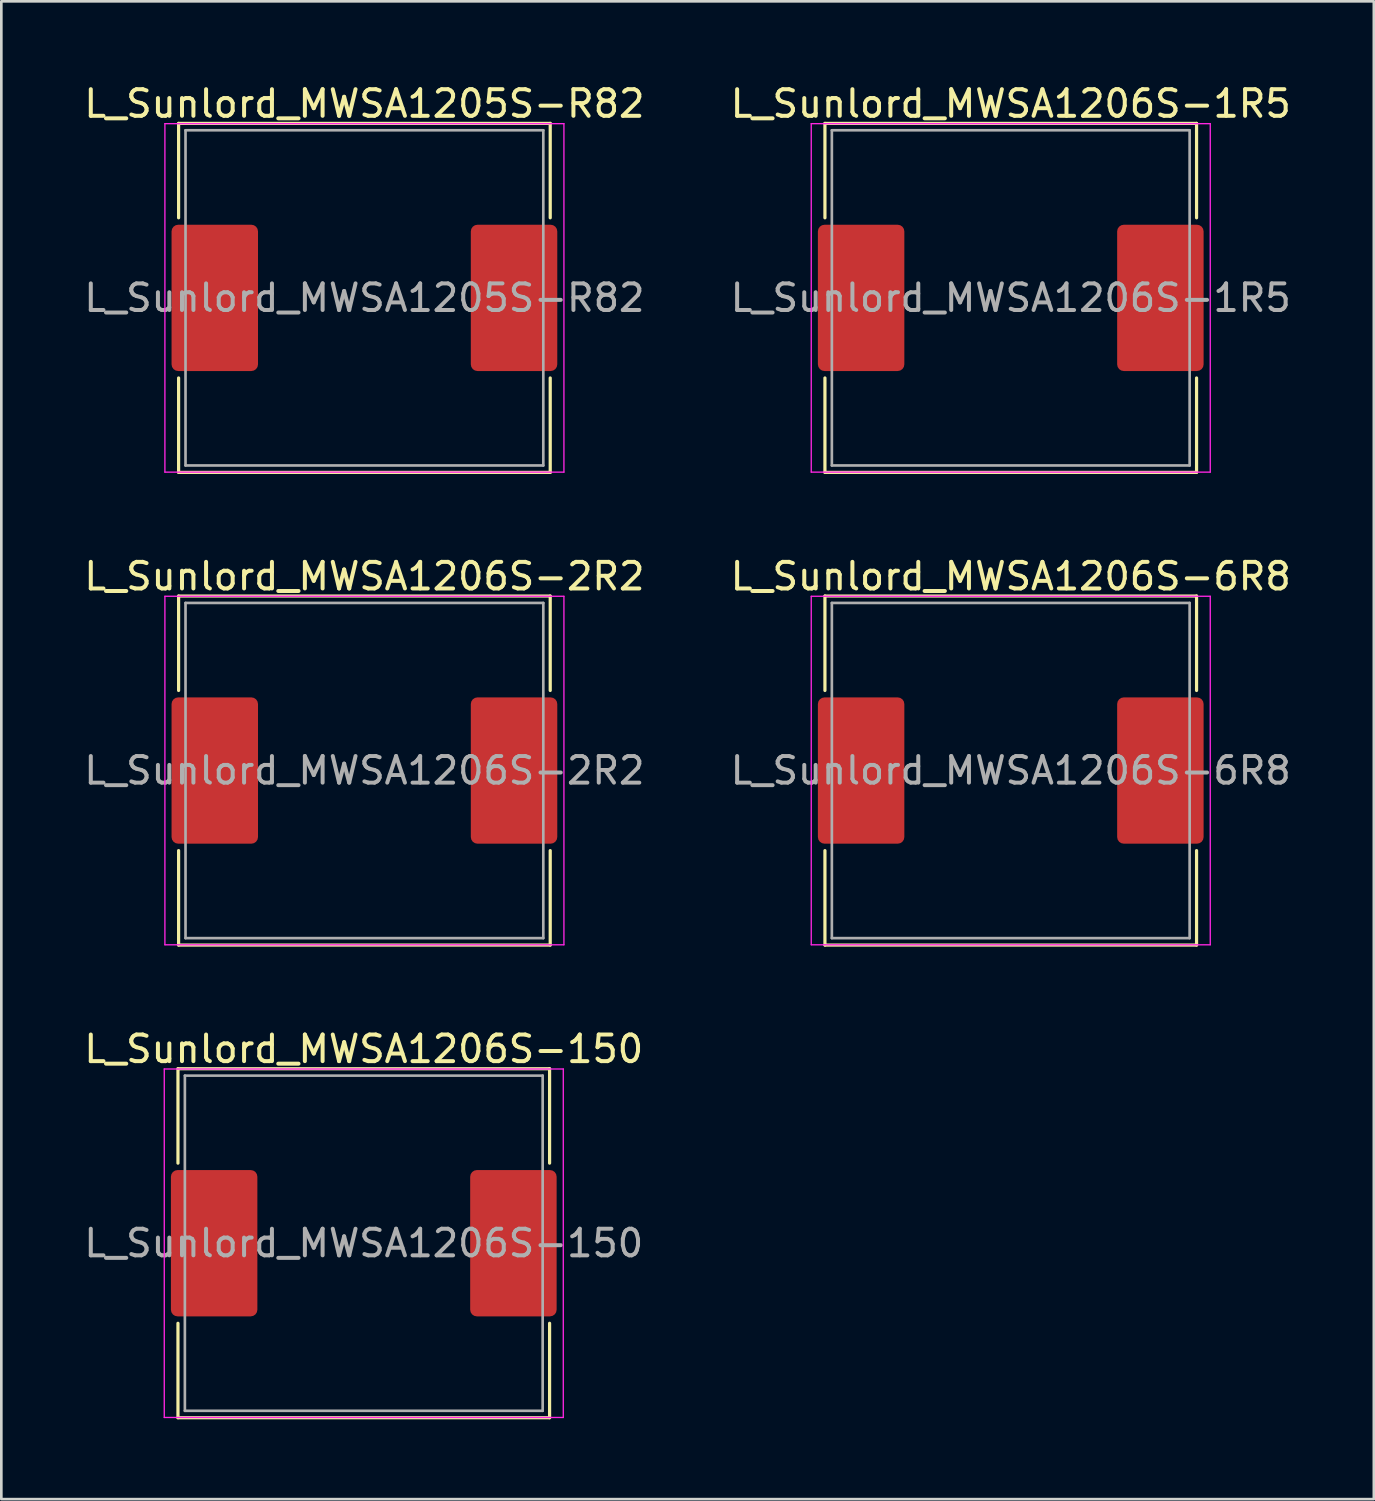
<source format=kicad_pcb>
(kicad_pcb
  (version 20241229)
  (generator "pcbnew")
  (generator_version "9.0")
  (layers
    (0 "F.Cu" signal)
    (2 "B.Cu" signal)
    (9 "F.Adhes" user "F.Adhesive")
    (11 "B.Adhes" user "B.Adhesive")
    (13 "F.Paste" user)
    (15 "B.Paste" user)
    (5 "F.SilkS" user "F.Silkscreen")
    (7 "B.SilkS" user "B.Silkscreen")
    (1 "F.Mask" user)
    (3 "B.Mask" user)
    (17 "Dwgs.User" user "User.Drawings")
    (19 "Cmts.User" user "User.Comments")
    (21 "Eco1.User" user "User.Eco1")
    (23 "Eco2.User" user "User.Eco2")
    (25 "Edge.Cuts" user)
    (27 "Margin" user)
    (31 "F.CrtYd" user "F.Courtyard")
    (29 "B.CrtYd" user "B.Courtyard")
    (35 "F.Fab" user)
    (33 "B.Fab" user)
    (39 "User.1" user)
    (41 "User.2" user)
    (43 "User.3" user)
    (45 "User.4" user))
  (footprint "L_Sunlord_MWSA1205S-R82"
    (layer "F.Cu")
    (at 10.649 8.148)
    (property "Reference" "L_Sunlord_MWSA1205S-R82" (at 0 -7.3 0) (layer "F.SilkS") (effects (font (size 1 1) (thickness 0.15))))
    (attr smd)
    (fp_line (start -6.985 -6.56) (end -6.985 -3.01) (stroke (width 0.12) (type solid)) (layer "F.SilkS"))
    (fp_line (start -6.985 -6.56) (end 6.985 -6.56) (stroke (width 0.12) (type solid)) (layer "F.SilkS"))
    (fp_line (start -6.985 6.56) (end -6.985 3.01) (stroke (width 0.12) (type solid)) (layer "F.SilkS"))
    (fp_line (start -6.985 6.56) (end 6.985 6.56) (stroke (width 0.12) (type solid)) (layer "F.SilkS"))
    (fp_line (start 6.985 -6.56) (end 6.985 -3.01) (stroke (width 0.12) (type solid)) (layer "F.SilkS"))
    (fp_line (start 6.985 6.56) (end 6.985 3.01) (stroke (width 0.12) (type solid)) (layer "F.SilkS"))
    (fp_line (start -7.5 -6.55) (end -7.5 6.55) (stroke (width 0.05) (type solid)) (layer "F.CrtYd"))
    (fp_line (start -7.5 6.55) (end 7.5 6.55) (stroke (width 0.05) (type solid)) (layer "F.CrtYd"))
    (fp_line (start 7.5 -6.55) (end -7.5 -6.55) (stroke (width 0.05) (type solid)) (layer "F.CrtYd"))
    (fp_line (start 7.5 6.55) (end 7.5 -6.55) (stroke (width 0.05) (type solid)) (layer "F.CrtYd"))
    (fp_line (start -6.725 -6.3) (end -6.725 6.3) (stroke (width 0.1) (type solid)) (layer "F.Fab"))
    (fp_line (start -6.725 6.3) (end 6.725 6.3) (stroke (width 0.1) (type solid)) (layer "F.Fab"))
    (fp_line (start 6.725 -6.3) (end -6.725 -6.3) (stroke (width 0.1) (type solid)) (layer "F.Fab"))
    (fp_line (start 6.725 6.3) (end 6.725 -6.3) (stroke (width 0.1) (type solid)) (layer "F.Fab"))
    (fp_text user "${REFERENCE}" (at 0 0 0) (layer "F.Fab") (effects (font (size 1 1) (thickness 0.15))))
    (pad "1" smd roundrect (at -5.625 0) (size 3.25 5.5) (layers "F.Cu" "F.Mask" "F.Paste") (roundrect_rratio 0.077))
    (pad "2" smd roundrect (at 5.625 0) (size 3.25 5.5) (layers "F.Cu" "F.Mask" "F.Paste") (roundrect_rratio 0.077)))
  (footprint "L_Sunlord_MWSA1206S-6R8"
    (layer "F.Cu")
    (at 34.946 25.916)
    (property "Reference" "L_Sunlord_MWSA1206S-6R8" (at 0 -7.3 0) (layer "F.SilkS") (effects (font (size 1 1) (thickness 0.15))))
    (attr smd)
    (fp_line (start -6.985 -6.56) (end -6.985 -3.01) (stroke (width 0.12) (type solid)) (layer "F.SilkS"))
    (fp_line (start -6.985 -6.56) (end 6.985 -6.56) (stroke (width 0.12) (type solid)) (layer "F.SilkS"))
    (fp_line (start -6.985 6.56) (end -6.985 3.01) (stroke (width 0.12) (type solid)) (layer "F.SilkS"))
    (fp_line (start -6.985 6.56) (end 6.985 6.56) (stroke (width 0.12) (type solid)) (layer "F.SilkS"))
    (fp_line (start 6.985 -6.56) (end 6.985 -3.01) (stroke (width 0.12) (type solid)) (layer "F.SilkS"))
    (fp_line (start 6.985 6.56) (end 6.985 3.01) (stroke (width 0.12) (type solid)) (layer "F.SilkS"))
    (fp_line (start -7.5 -6.55) (end -7.5 6.55) (stroke (width 0.05) (type solid)) (layer "F.CrtYd"))
    (fp_line (start -7.5 6.55) (end 7.5 6.55) (stroke (width 0.05) (type solid)) (layer "F.CrtYd"))
    (fp_line (start 7.5 -6.55) (end -7.5 -6.55) (stroke (width 0.05) (type solid)) (layer "F.CrtYd"))
    (fp_line (start 7.5 6.55) (end 7.5 -6.55) (stroke (width 0.05) (type solid)) (layer "F.CrtYd"))
    (fp_line (start -6.725 -6.3) (end -6.725 6.3) (stroke (width 0.1) (type solid)) (layer "F.Fab"))
    (fp_line (start -6.725 6.3) (end 6.725 6.3) (stroke (width 0.1) (type solid)) (layer "F.Fab"))
    (fp_line (start 6.725 -6.3) (end -6.725 -6.3) (stroke (width 0.1) (type solid)) (layer "F.Fab"))
    (fp_line (start 6.725 6.3) (end 6.725 -6.3) (stroke (width 0.1) (type solid)) (layer "F.Fab"))
    (fp_text user "${REFERENCE}" (at 0 0 0) (layer "F.Fab") (effects (font (size 1 1) (thickness 0.15))))
    (pad "1" smd roundrect (at -5.625 0) (size 3.25 5.5) (layers "F.Cu" "F.Mask" "F.Paste") (roundrect_rratio 0.077))
    (pad "2" smd roundrect (at 5.625 0) (size 3.25 5.5) (layers "F.Cu" "F.Mask" "F.Paste") (roundrect_rratio 0.077)))
  (footprint "L_Sunlord_MWSA1206S-2R2"
    (layer "F.Cu")
    (at 10.649 25.916)
    (property "Reference" "L_Sunlord_MWSA1206S-2R2" (at 0 -7.3 0) (layer "F.SilkS") (effects (font (size 1 1) (thickness 0.15))))
    (attr smd)
    (fp_line (start -6.985 -6.56) (end -6.985 -3.01) (stroke (width 0.12) (type solid)) (layer "F.SilkS"))
    (fp_line (start -6.985 -6.56) (end 6.985 -6.56) (stroke (width 0.12) (type solid)) (layer "F.SilkS"))
    (fp_line (start -6.985 6.56) (end -6.985 3.01) (stroke (width 0.12) (type solid)) (layer "F.SilkS"))
    (fp_line (start -6.985 6.56) (end 6.985 6.56) (stroke (width 0.12) (type solid)) (layer "F.SilkS"))
    (fp_line (start 6.985 -6.56) (end 6.985 -3.01) (stroke (width 0.12) (type solid)) (layer "F.SilkS"))
    (fp_line (start 6.985 6.56) (end 6.985 3.01) (stroke (width 0.12) (type solid)) (layer "F.SilkS"))
    (fp_line (start -7.5 -6.55) (end -7.5 6.55) (stroke (width 0.05) (type solid)) (layer "F.CrtYd"))
    (fp_line (start -7.5 6.55) (end 7.5 6.55) (stroke (width 0.05) (type solid)) (layer "F.CrtYd"))
    (fp_line (start 7.5 -6.55) (end -7.5 -6.55) (stroke (width 0.05) (type solid)) (layer "F.CrtYd"))
    (fp_line (start 7.5 6.55) (end 7.5 -6.55) (stroke (width 0.05) (type solid)) (layer "F.CrtYd"))
    (fp_line (start -6.725 -6.3) (end -6.725 6.3) (stroke (width 0.1) (type solid)) (layer "F.Fab"))
    (fp_line (start -6.725 6.3) (end 6.725 6.3) (stroke (width 0.1) (type solid)) (layer "F.Fab"))
    (fp_line (start 6.725 -6.3) (end -6.725 -6.3) (stroke (width 0.1) (type solid)) (layer "F.Fab"))
    (fp_line (start 6.725 6.3) (end 6.725 -6.3) (stroke (width 0.1) (type solid)) (layer "F.Fab"))
    (fp_text user "${REFERENCE}" (at 0 0 0) (layer "F.Fab") (effects (font (size 1 1) (thickness 0.15))))
    (pad "1" smd roundrect (at -5.625 0) (size 3.25 5.5) (layers "F.Cu" "F.Mask" "F.Paste") (roundrect_rratio 0.077))
    (pad "2" smd roundrect (at 5.625 0) (size 3.25 5.5) (layers "F.Cu" "F.Mask" "F.Paste") (roundrect_rratio 0.077)))
  (footprint "L_Sunlord_MWSA1206S-150"
    (layer "F.Cu")
    (at 10.625 43.685)
    (property "Reference" "L_Sunlord_MWSA1206S-150" (at 0 -7.3 0) (layer "F.SilkS") (effects (font (size 1 1) (thickness 0.15))))
    (attr smd)
    (fp_line (start -6.985 -6.56) (end -6.985 -3.01) (stroke (width 0.12) (type solid)) (layer "F.SilkS"))
    (fp_line (start -6.985 -6.56) (end 6.985 -6.56) (stroke (width 0.12) (type solid)) (layer "F.SilkS"))
    (fp_line (start -6.985 6.56) (end -6.985 3.01) (stroke (width 0.12) (type solid)) (layer "F.SilkS"))
    (fp_line (start -6.985 6.56) (end 6.985 6.56) (stroke (width 0.12) (type solid)) (layer "F.SilkS"))
    (fp_line (start 6.985 -6.56) (end 6.985 -3.01) (stroke (width 0.12) (type solid)) (layer "F.SilkS"))
    (fp_line (start 6.985 6.56) (end 6.985 3.01) (stroke (width 0.12) (type solid)) (layer "F.SilkS"))
    (fp_line (start -7.5 -6.55) (end -7.5 6.55) (stroke (width 0.05) (type solid)) (layer "F.CrtYd"))
    (fp_line (start -7.5 6.55) (end 7.5 6.55) (stroke (width 0.05) (type solid)) (layer "F.CrtYd"))
    (fp_line (start 7.5 -6.55) (end -7.5 -6.55) (stroke (width 0.05) (type solid)) (layer "F.CrtYd"))
    (fp_line (start 7.5 6.55) (end 7.5 -6.55) (stroke (width 0.05) (type solid)) (layer "F.CrtYd"))
    (fp_line (start -6.725 -6.3) (end -6.725 6.3) (stroke (width 0.1) (type solid)) (layer "F.Fab"))
    (fp_line (start -6.725 6.3) (end 6.725 6.3) (stroke (width 0.1) (type solid)) (layer "F.Fab"))
    (fp_line (start 6.725 -6.3) (end -6.725 -6.3) (stroke (width 0.1) (type solid)) (layer "F.Fab"))
    (fp_line (start 6.725 6.3) (end 6.725 -6.3) (stroke (width 0.1) (type solid)) (layer "F.Fab"))
    (fp_text user "${REFERENCE}" (at 0 0 0) (layer "F.Fab") (effects (font (size 1 1) (thickness 0.15))))
    (pad "1" smd roundrect (at -5.625 0) (size 3.25 5.5) (layers "F.Cu" "F.Mask" "F.Paste") (roundrect_rratio 0.077))
    (pad "2" smd roundrect (at 5.625 0) (size 3.25 5.5) (layers "F.Cu" "F.Mask" "F.Paste") (roundrect_rratio 0.077)))
  (footprint "L_Sunlord_MWSA1206S-1R5"
    (layer "F.Cu")
    (at 34.946 8.148)
    (property "Reference" "L_Sunlord_MWSA1206S-1R5" (at 0 -7.3 0) (layer "F.SilkS") (effects (font (size 1 1) (thickness 0.15))))
    (attr smd)
    (fp_line (start -6.985 -6.56) (end -6.985 -3.01) (stroke (width 0.12) (type solid)) (layer "F.SilkS"))
    (fp_line (start -6.985 -6.56) (end 6.985 -6.56) (stroke (width 0.12) (type solid)) (layer "F.SilkS"))
    (fp_line (start -6.985 6.56) (end -6.985 3.01) (stroke (width 0.12) (type solid)) (layer "F.SilkS"))
    (fp_line (start -6.985 6.56) (end 6.985 6.56) (stroke (width 0.12) (type solid)) (layer "F.SilkS"))
    (fp_line (start 6.985 -6.56) (end 6.985 -3.01) (stroke (width 0.12) (type solid)) (layer "F.SilkS"))
    (fp_line (start 6.985 6.56) (end 6.985 3.01) (stroke (width 0.12) (type solid)) (layer "F.SilkS"))
    (fp_line (start -7.5 -6.55) (end -7.5 6.55) (stroke (width 0.05) (type solid)) (layer "F.CrtYd"))
    (fp_line (start -7.5 6.55) (end 7.5 6.55) (stroke (width 0.05) (type solid)) (layer "F.CrtYd"))
    (fp_line (start 7.5 -6.55) (end -7.5 -6.55) (stroke (width 0.05) (type solid)) (layer "F.CrtYd"))
    (fp_line (start 7.5 6.55) (end 7.5 -6.55) (stroke (width 0.05) (type solid)) (layer "F.CrtYd"))
    (fp_line (start -6.725 -6.3) (end -6.725 6.3) (stroke (width 0.1) (type solid)) (layer "F.Fab"))
    (fp_line (start -6.725 6.3) (end 6.725 6.3) (stroke (width 0.1) (type solid)) (layer "F.Fab"))
    (fp_line (start 6.725 -6.3) (end -6.725 -6.3) (stroke (width 0.1) (type solid)) (layer "F.Fab"))
    (fp_line (start 6.725 6.3) (end 6.725 -6.3) (stroke (width 0.1) (type solid)) (layer "F.Fab"))
    (fp_text user "${REFERENCE}" (at 0 0 0) (layer "F.Fab") (effects (font (size 1 1) (thickness 0.15))))
    (pad "1" smd roundrect (at -5.625 0) (size 3.25 5.5) (layers "F.Cu" "F.Mask" "F.Paste") (roundrect_rratio 0.077))
    (pad "2" smd roundrect (at 5.625 0) (size 3.25 5.5) (layers "F.Cu" "F.Mask" "F.Paste") (roundrect_rratio 0.077)))
  (gr_rect
    (start -3 -3)
    (end 48.595 53.305)
    (stroke (width 0.1) (type default))
    (fill no)
    (layer "Edge.Cuts")))
</source>
